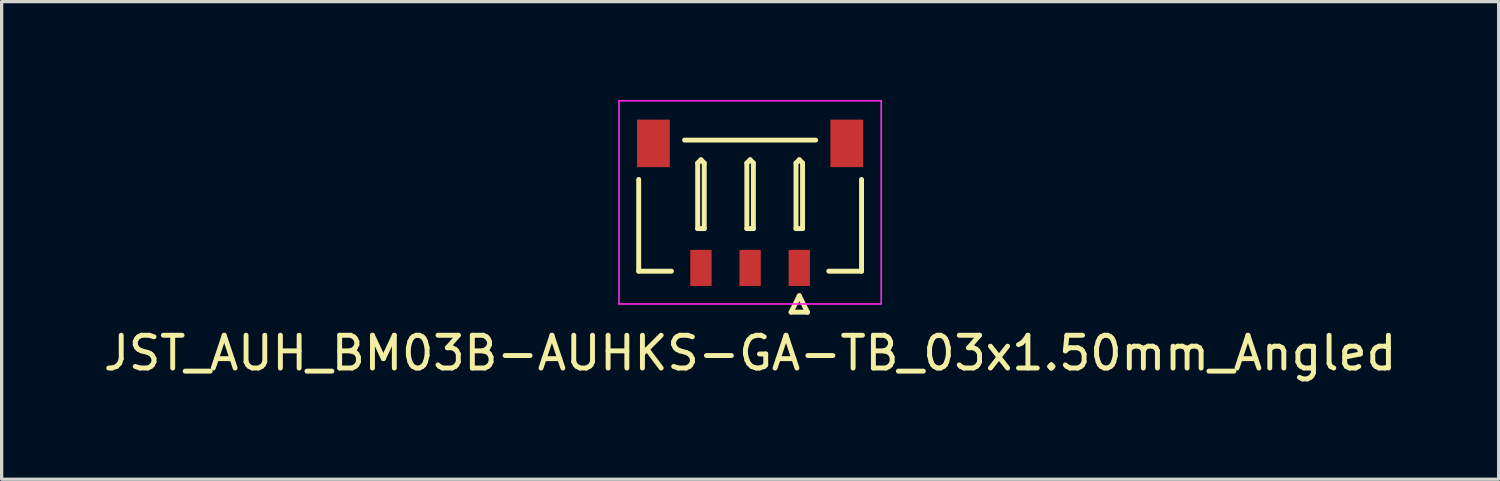
<source format=kicad_pcb>
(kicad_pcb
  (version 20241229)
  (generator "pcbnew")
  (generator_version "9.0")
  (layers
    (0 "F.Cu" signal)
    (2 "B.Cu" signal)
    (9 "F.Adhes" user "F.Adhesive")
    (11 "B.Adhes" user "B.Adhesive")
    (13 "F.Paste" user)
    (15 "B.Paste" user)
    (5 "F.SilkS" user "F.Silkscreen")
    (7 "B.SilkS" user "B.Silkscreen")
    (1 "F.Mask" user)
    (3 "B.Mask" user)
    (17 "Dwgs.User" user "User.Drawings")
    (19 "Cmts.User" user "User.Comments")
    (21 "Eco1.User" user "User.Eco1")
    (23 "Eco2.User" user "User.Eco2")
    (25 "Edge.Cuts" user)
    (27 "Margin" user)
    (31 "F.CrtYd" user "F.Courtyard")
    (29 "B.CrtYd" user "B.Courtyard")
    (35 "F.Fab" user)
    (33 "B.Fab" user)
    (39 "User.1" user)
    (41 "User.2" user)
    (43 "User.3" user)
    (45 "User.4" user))
  (footprint "JST_AUH_BM03B-AUHKS-GA-TB_03x1.50mm_Angled"
    (layer "F.Cu")
    (at 19.839 3.225)
    (property "Reference" "JST_AUH_BM03B-AUHKS-GA-TB_03x1.50mm_Angled" (at 0 4.5 0) (layer "F.SilkS") (effects (font (size 1 1) (thickness 0.15))))
    (attr smd)
    (fp_line (start -3.4 2) (end -3.4 -0.8) (stroke (width 0.15) (type solid)) (layer "F.SilkS"))
    (fp_line (start -2.4 2) (end -3.4 2) (stroke (width 0.15) (type solid)) (layer "F.SilkS"))
    (fp_line (start -1.6 -1.3) (end -1.5 -1.4) (stroke (width 0.15) (type solid)) (layer "F.SilkS"))
    (fp_line (start -1.6 0.7) (end -1.6 -1.3) (stroke (width 0.15) (type solid)) (layer "F.SilkS"))
    (fp_line (start -1.5 -1.4) (end -1.4 -1.3) (stroke (width 0.15) (type solid)) (layer "F.SilkS"))
    (fp_line (start -1.4 -1.3) (end -1.4 0.7) (stroke (width 0.15) (type solid)) (layer "F.SilkS"))
    (fp_line (start -1.4 0.7) (end -1.6 0.7) (stroke (width 0.15) (type solid)) (layer "F.SilkS"))
    (fp_line (start -0.1 -1.3) (end 0 -1.4) (stroke (width 0.15) (type solid)) (layer "F.SilkS"))
    (fp_line (start -0.1 0.7) (end -0.1 -1.3) (stroke (width 0.15) (type solid)) (layer "F.SilkS"))
    (fp_line (start 0 -1.4) (end 0.1 -1.3) (stroke (width 0.15) (type solid)) (layer "F.SilkS"))
    (fp_line (start 0.1 -1.3) (end 0.1 0.7) (stroke (width 0.15) (type solid)) (layer "F.SilkS"))
    (fp_line (start 0.1 0.7) (end -0.1 0.7) (stroke (width 0.15) (type solid)) (layer "F.SilkS"))
    (fp_line (start 1.25 3.25) (end 1.75 3.25) (stroke (width 0.15) (type solid)) (layer "F.SilkS"))
    (fp_line (start 1.4 -1.3) (end 1.5 -1.4) (stroke (width 0.15) (type solid)) (layer "F.SilkS"))
    (fp_line (start 1.4 0.7) (end 1.4 -1.3) (stroke (width 0.15) (type solid)) (layer "F.SilkS"))
    (fp_line (start 1.5 -1.4) (end 1.6 -1.3) (stroke (width 0.15) (type solid)) (layer "F.SilkS"))
    (fp_line (start 1.5 2.75) (end 1.25 3.25) (stroke (width 0.15) (type solid)) (layer "F.SilkS"))
    (fp_line (start 1.6 -1.3) (end 1.6 0.7) (stroke (width 0.15) (type solid)) (layer "F.SilkS"))
    (fp_line (start 1.6 0.7) (end 1.4 0.7) (stroke (width 0.15) (type solid)) (layer "F.SilkS"))
    (fp_line (start 1.75 3.25) (end 1.5 2.75) (stroke (width 0.15) (type solid)) (layer "F.SilkS"))
    (fp_line (start 2 -2) (end -2 -2) (stroke (width 0.15) (type solid)) (layer "F.SilkS"))
    (fp_line (start 2.4 2) (end 3.4 2) (stroke (width 0.15) (type solid)) (layer "F.SilkS"))
    (fp_line (start 3.4 2) (end 3.4 -0.8) (stroke (width 0.15) (type solid)) (layer "F.SilkS"))
    (fp_line (start -4 -3.2) (end -4 3) (stroke (width 0.05) (type solid)) (layer "F.CrtYd"))
    (fp_line (start -4 3) (end 4 3) (stroke (width 0.05) (type solid)) (layer "F.CrtYd"))
    (fp_line (start 4 -3.2) (end -4 -3.2) (stroke (width 0.05) (type solid)) (layer "F.CrtYd"))
    (fp_line (start 4 3) (end 4 -3.2) (stroke (width 0.05) (type solid)) (layer "F.CrtYd"))
    (pad "" smd rect (at -2.95 -1.9) (size 1 1.45) (layers "F.Cu" "F.Mask" "F.Paste"))
    (pad "" smd rect (at 2.95 -1.9) (size 1 1.45) (layers "F.Cu" "F.Mask" "F.Paste"))
    (pad "1" smd rect (at 1.5 1.9) (size 0.65 1.1) (layers "F.Cu" "F.Mask" "F.Paste"))
    (pad "2" smd rect (at 0 1.9) (size 0.65 1.1) (layers "F.Cu" "F.Mask" "F.Paste"))
    (pad "3" smd rect (at -1.5 1.9) (size 0.65 1.1) (layers "F.Cu" "F.Mask" "F.Paste")))
  (gr_rect
    (start -3 -3)
    (end 42.679 11.573)
    (stroke (width 0.1) (type default))
    (fill no)
    (layer "Edge.Cuts")))
</source>
